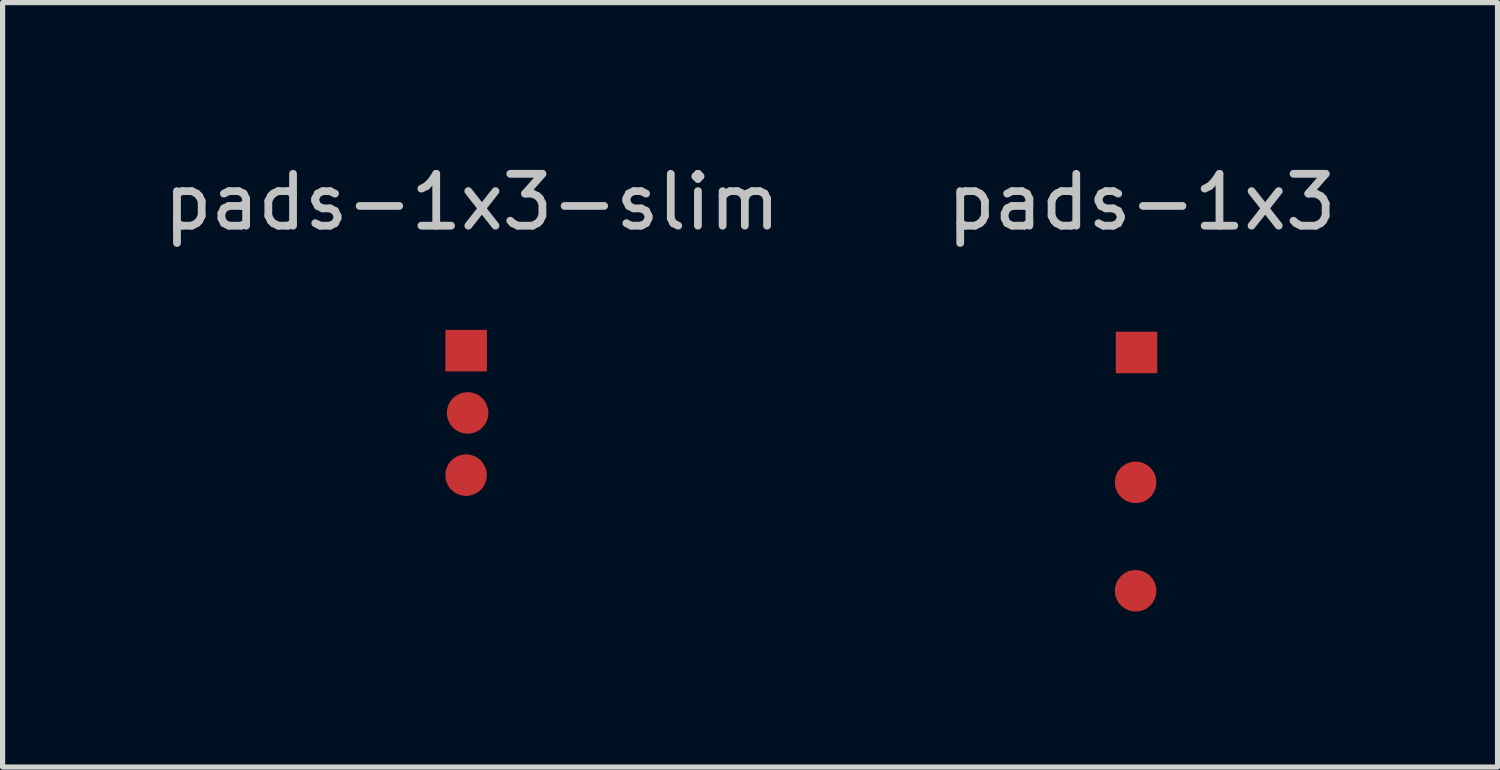
<source format=kicad_pcb>
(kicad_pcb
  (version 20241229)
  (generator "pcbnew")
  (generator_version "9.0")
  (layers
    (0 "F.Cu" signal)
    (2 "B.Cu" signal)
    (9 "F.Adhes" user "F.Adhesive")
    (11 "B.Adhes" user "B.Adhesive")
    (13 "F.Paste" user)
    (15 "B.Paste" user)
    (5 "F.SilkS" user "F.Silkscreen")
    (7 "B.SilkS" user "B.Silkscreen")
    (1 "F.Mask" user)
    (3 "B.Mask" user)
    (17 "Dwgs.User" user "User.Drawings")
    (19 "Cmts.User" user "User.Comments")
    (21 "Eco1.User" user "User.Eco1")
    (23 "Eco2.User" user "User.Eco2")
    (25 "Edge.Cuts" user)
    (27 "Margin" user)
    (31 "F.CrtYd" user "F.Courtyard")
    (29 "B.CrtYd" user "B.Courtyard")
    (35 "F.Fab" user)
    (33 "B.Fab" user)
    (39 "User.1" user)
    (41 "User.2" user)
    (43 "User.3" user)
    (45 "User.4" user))
  (footprint "pads-1x3"
    (layer "F.Cu")
    (at 18.87 3.748)
    (property "Reference" "pads-1x3" (at 0.1 -2.9 0) (layer "Dwgs.User") (effects (font (size 1 1) (thickness 0.15))))
    (attr through_hole)
    (pad "1" smd rect (at 0 0) (size 0.8 0.8) (layers "F.Cu" "F.Mask"))
    (pad "2" smd oval (at -0.017 2.505) (size 0.8 0.8) (layers "F.Cu" "F.Mask"))
    (pad "3" smd oval (at -0.017 4.596) (size 0.8 0.8) (layers "F.Cu" "F.Mask")))
  (footprint "pads-1x3-slim"
    (layer "F.Cu")
    (at 5.954 3.748)
    (property "Reference" "pads-1x3-slim" (at 0.1 -2.9 0) (layer "Dwgs.User") (effects (font (size 1 1) (thickness 0.15))))
    (attr through_hole)
    (pad "1" smd rect (at -0.013 -0.035) (size 0.8 0.8) (layers "F.Cu" "F.Mask"))
    (pad "2" smd oval (at 0.015 1.166) (size 0.8 0.8) (layers "F.Cu" "F.Mask"))
    (pad "3" smd oval (at -0.015 2.366) (size 0.8 0.8) (layers "F.Cu" "F.Mask")))
  (gr_rect
    (start -3 -3)
    (end 25.833 11.744)
    (stroke (width 0.1) (type default))
    (fill no)
    (layer "Edge.Cuts")))
</source>
